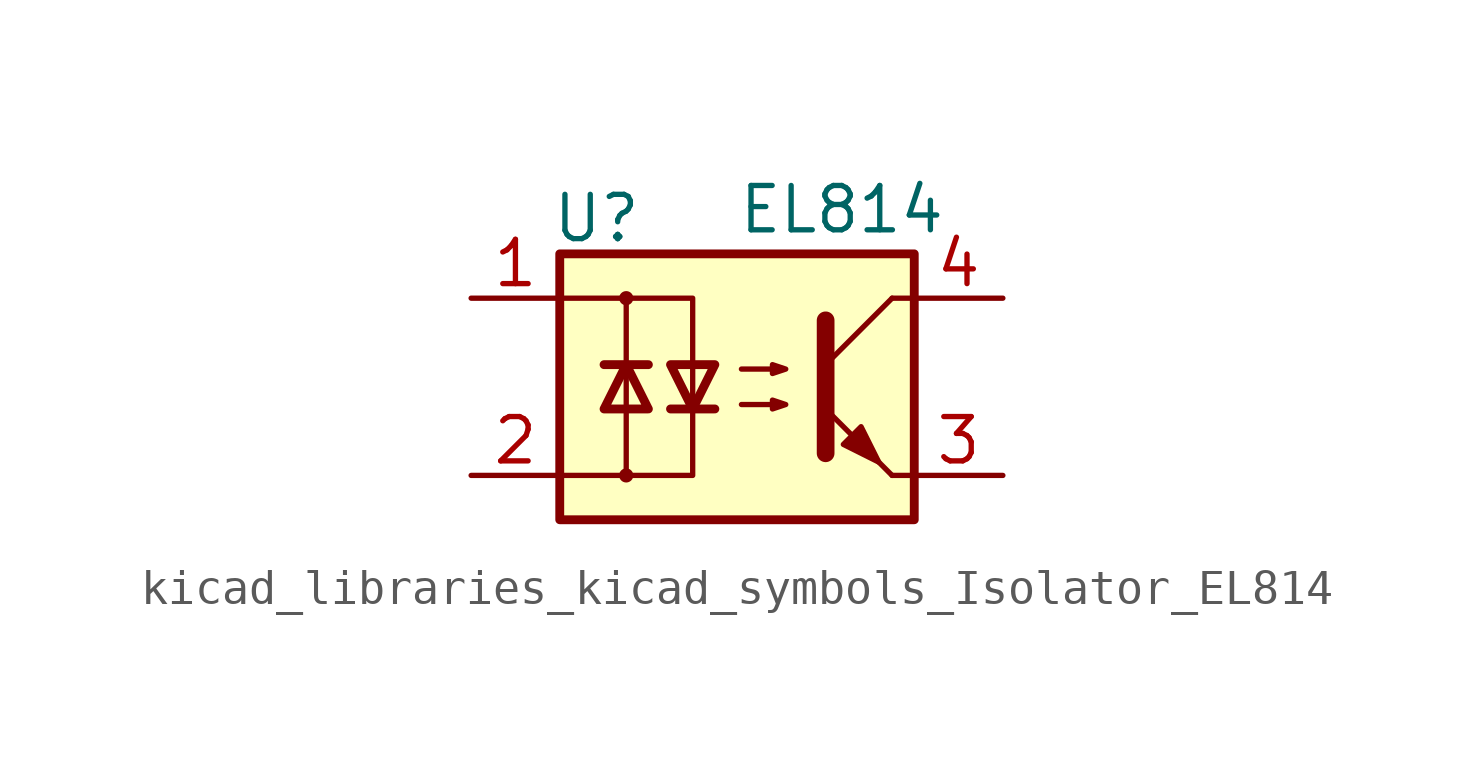
<source format=kicad_sym>
(kicad_symbol_lib
  (version 20220914)
  (generator kicad_symbol_editor)
  (symbol "kicad_libraries_kicad_symbols_Isolator_EL814"
    (pin_names
      (offset 1.016))
    (property "Reference" "U"
      (at -5.334 4.826 0)
      (effects (font (size 1.27 1.27)) (justify left)))
    (property "Value" "EL814"
      (at 0 5.08 0)
      (effects (font (size 1.27 1.27)) (justify left)))
    (symbol "kicad_libraries_kicad_symbols_Isolator_EL814_0_1"
      (rectangle (start -5.08 3.81) (end 5.08 -3.81) (stroke (width 0.254) (type default)) (fill (type background)))
      (circle (center -3.175 -2.54) (radius 0.127) (stroke (width 0) (type default)) (fill (type none)))
      (circle (center -3.175 2.54) (radius 0.127) (stroke (width 0) (type default)) (fill (type none)))
      (polyline (pts (xy -3.81 0.635) (xy -2.54 0.635)) (stroke (width 0.254) (type default)) (fill (type none)))
      (polyline (pts (xy -3.175 -0.635) (xy -3.175 -2.54)) (stroke (width 0) (type default)) (fill (type none)))
      (polyline (pts (xy -3.175 0.635) (xy -3.175 -0.635)) (stroke (width 0) (type default)) (fill (type none)))
      (polyline (pts (xy -3.175 0.635) (xy -3.175 2.54)) (stroke (width 0) (type default)) (fill (type none)))
      (polyline (pts (xy -1.905 -0.635) (xy -0.635 -0.635)) (stroke (width 0.254) (type default)) (fill (type none)))
      (polyline (pts (xy -1.27 0.635) (xy -1.27 -0.635)) (stroke (width 0) (type default)) (fill (type none)))
      (polyline (pts (xy 2.54 0.635) (xy 4.445 2.54)) (stroke (width 0) (type default)) (fill (type none)))
      (polyline (pts (xy 4.445 -2.54) (xy 2.54 -0.635)) (stroke (width 0) (type default)) (fill (type outline)))
      (polyline (pts (xy 4.445 -2.54) (xy 5.08 -2.54)) (stroke (width 0) (type default)) (fill (type none)))
      (polyline (pts (xy 4.445 2.54) (xy 5.08 2.54)) (stroke (width 0) (type default)) (fill (type none)))
      (polyline (pts (xy -5.08 2.54) (xy -1.27 2.54) (xy -1.27 0.635)) (stroke (width 0) (type default)) (fill (type none)))
      (polyline (pts (xy -1.27 -0.635) (xy -1.27 -2.54) (xy -5.08 -2.54)) (stroke (width 0) (type default)) (fill (type none)))
      (polyline (pts (xy 2.54 1.905) (xy 2.54 -1.905) (xy 2.54 -1.905)) (stroke (width 0.508) (type default)) (fill (type none)))
      (polyline (pts (xy -3.175 0.635) (xy -3.81 -0.635) (xy -2.54 -0.635) (xy -3.175 0.635)) (stroke (width 0.254) (type default)) (fill (type none)))
      (polyline (pts (xy -1.27 -0.635) (xy -1.905 0.635) (xy -0.635 0.635) (xy -1.27 -0.635)) (stroke (width 0.254) (type default)) (fill (type none)))
      (polyline (pts (xy 0.127 -0.508) (xy 1.397 -0.508) (xy 1.016 -0.635) (xy 1.016 -0.381) (xy 1.397 -0.508)) (stroke (width 0) (type default)) (fill (type none)))
      (polyline (pts (xy 0.127 0.508) (xy 1.397 0.508) (xy 1.016 0.381) (xy 1.016 0.635) (xy 1.397 0.508)) (stroke (width 0) (type default)) (fill (type none)))
      (polyline (pts (xy 3.048 -1.651) (xy 3.556 -1.143) (xy 4.064 -2.159) (xy 3.048 -1.651) (xy 3.048 -1.651)) (stroke (width 0) (type default)) (fill (type outline))))
    (symbol "kicad_libraries_kicad_symbols_Isolator_EL814_1_1"
      (pin passive line (at -7.62 2.54 0) (length 2.54) (name "~" (effects (font (size 1.27 1.27)))) (number "1" (effects (font (size 1.27 1.27)))))
      (pin passive line (at -7.62 -2.54 0) (length 2.54) (name "~" (effects (font (size 1.27 1.27)))) (number "2" (effects (font (size 1.27 1.27)))))
      (pin passive line (at 7.62 -2.54 180) (length 2.54) (name "~" (effects (font (size 1.27 1.27)))) (number "3" (effects (font (size 1.27 1.27)))))
      (pin passive line (at 7.62 2.54 180) (length 2.54) (name "~" (effects (font (size 1.27 1.27)))) (number "4" (effects (font (size 1.27 1.27))))))))
</source>
